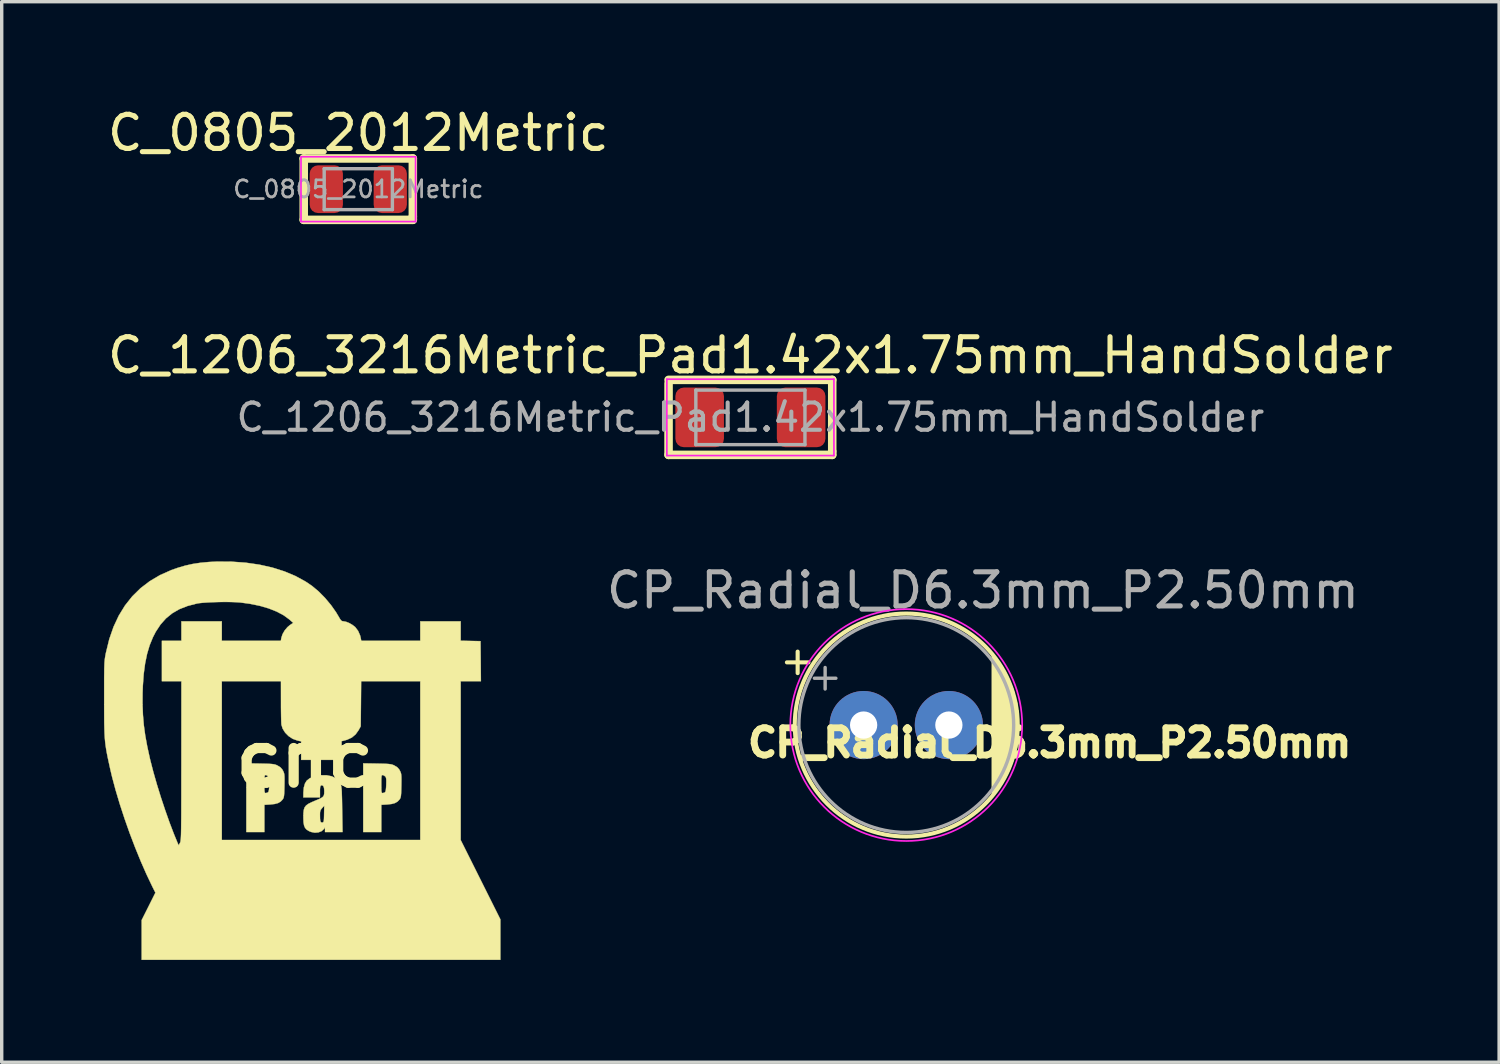
<source format=kicad_pcb>
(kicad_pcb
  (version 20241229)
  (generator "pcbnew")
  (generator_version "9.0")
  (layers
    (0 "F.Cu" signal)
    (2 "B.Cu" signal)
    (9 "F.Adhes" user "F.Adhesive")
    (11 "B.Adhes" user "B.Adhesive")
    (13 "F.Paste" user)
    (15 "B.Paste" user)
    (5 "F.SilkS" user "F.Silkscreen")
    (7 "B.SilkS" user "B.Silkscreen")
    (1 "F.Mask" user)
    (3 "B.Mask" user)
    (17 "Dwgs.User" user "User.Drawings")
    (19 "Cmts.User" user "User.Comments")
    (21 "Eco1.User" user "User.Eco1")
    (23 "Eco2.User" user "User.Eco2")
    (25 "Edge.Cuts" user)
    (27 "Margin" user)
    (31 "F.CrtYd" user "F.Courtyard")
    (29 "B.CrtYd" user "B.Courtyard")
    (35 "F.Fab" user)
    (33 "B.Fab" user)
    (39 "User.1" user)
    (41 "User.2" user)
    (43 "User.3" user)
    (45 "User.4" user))
  (footprint "C_1206_3216Metric_Pad1.42x1.75mm_HandSolder"
    (layer "F.Cu")
    (at 18.958 9.191)
    (property "Reference" "C_1206_3216Metric_Pad1.42x1.75mm_HandSolder" (at 0 -1.82 0) (layer "F.SilkS") (effects (font (size 1 1) (thickness 0.15))))
    (attr smd)
    (fp_line (start -2.4 -1.1) (end 2.4 -1.1) (stroke (width 0.25) (type solid)) (layer "F.SilkS"))
    (fp_line (start -2.4 1.1) (end -2.4 -1) (stroke (width 0.25) (type solid)) (layer "F.SilkS"))
    (fp_line (start 2.4 -1.1) (end 2.4 1) (stroke (width 0.25) (type solid)) (layer "F.SilkS"))
    (fp_line (start 2.4 1) (end 2.4 1.1) (stroke (width 0.25) (type solid)) (layer "F.SilkS"))
    (fp_line (start 2.4 1.1) (end -2.4 1.1) (stroke (width 0.25) (type solid)) (layer "F.SilkS"))
    (fp_line (start -2.45 -1.12) (end 2.45 -1.12) (stroke (width 0.05) (type solid)) (layer "F.CrtYd"))
    (fp_line (start -2.45 1.12) (end -2.45 -1.12) (stroke (width 0.05) (type solid)) (layer "F.CrtYd"))
    (fp_line (start 2.45 -1.12) (end 2.45 1.12) (stroke (width 0.05) (type solid)) (layer "F.CrtYd"))
    (fp_line (start 2.45 1.12) (end -2.45 1.12) (stroke (width 0.05) (type solid)) (layer "F.CrtYd"))
    (fp_line (start -1.6 -0.8) (end 1.6 -0.8) (stroke (width 0.1) (type solid)) (layer "F.Fab"))
    (fp_line (start -1.6 0.8) (end -1.6 -0.8) (stroke (width 0.1) (type solid)) (layer "F.Fab"))
    (fp_line (start 1.6 -0.8) (end 1.6 0.8) (stroke (width 0.1) (type solid)) (layer "F.Fab"))
    (fp_line (start 1.6 0.8) (end -1.6 0.8) (stroke (width 0.1) (type solid)) (layer "F.Fab"))
    (fp_text user "${REFERENCE}" (at 0 0 0) (layer "F.Fab") (effects (font (size 0.8 0.8) (thickness 0.12))))
    (pad "1" smd roundrect (at -1.488 0) (size 1.425 1.75) (layers "F.Cu" "F.Mask" "F.Paste") (roundrect_rratio 0.175))
    (pad "2" smd roundrect (at 1.488 0) (size 1.425 1.75) (layers "F.Cu" "F.Mask" "F.Paste") (roundrect_rratio 0.175)))
  (footprint "CP_Radial_D6.3mm_P2.50mm"
    (layer "F.Cu")
    (at 22.279 18.215)
    (property "Reference" "CP_Radial_D6.3mm_P2.50mm" (at 5.456 0.52 0) (layer "F.SilkS") (effects (font (size 0.8 0.8) (thickness 0.2))))
    (attr through_hole)
    (fp_line (start -2.25 -1.839) (end -1.62 -1.839) (stroke (width 0.12) (type solid)) (layer "F.SilkS"))
    (fp_line (start -1.935 -2.154) (end -1.935 -1.524) (stroke (width 0.12) (type solid)) (layer "F.SilkS"))
    (fp_line (start 3.811 -1.995) (end 3.811 1.995) (stroke (width 0.12) (type solid)) (layer "F.SilkS"))
    (fp_line (start 3.851 -1.944) (end 3.851 1.944) (stroke (width 0.12) (type solid)) (layer "F.SilkS"))
    (fp_line (start 3.891 -1.89) (end 3.891 1.89) (stroke (width 0.12) (type solid)) (layer "F.SilkS"))
    (fp_line (start 3.931 -1.834) (end 3.931 1.834) (stroke (width 0.12) (type solid)) (layer "F.SilkS"))
    (fp_line (start 3.971 -1.776) (end 3.971 1.776) (stroke (width 0.12) (type solid)) (layer "F.SilkS"))
    (fp_line (start 4.011 -1.714) (end 4.011 1.714) (stroke (width 0.12) (type solid)) (layer "F.SilkS"))
    (fp_line (start 4.051 -1.65) (end 4.051 1.65) (stroke (width 0.12) (type solid)) (layer "F.SilkS"))
    (fp_line (start 4.091 -1.581) (end 4.091 1.581) (stroke (width 0.12) (type solid)) (layer "F.SilkS"))
    (fp_line (start 4.131 -1.509) (end 4.131 1.509) (stroke (width 0.12) (type solid)) (layer "F.SilkS"))
    (fp_line (start 4.171 -1.432) (end 4.171 1.432) (stroke (width 0.12) (type solid)) (layer "F.SilkS"))
    (fp_line (start 4.211 -1.35) (end 4.211 1.35) (stroke (width 0.12) (type solid)) (layer "F.SilkS"))
    (fp_line (start 4.251 -1.262) (end 4.251 1.262) (stroke (width 0.12) (type solid)) (layer "F.SilkS"))
    (fp_line (start 4.291 -1.165) (end 4.291 1.165) (stroke (width 0.12) (type solid)) (layer "F.SilkS"))
    (fp_line (start 4.331 -1.059) (end 4.331 1.059) (stroke (width 0.12) (type solid)) (layer "F.SilkS"))
    (fp_line (start 4.371 -0.94) (end 4.371 0.94) (stroke (width 0.12) (type solid)) (layer "F.SilkS"))
    (fp_line (start 4.411 -0.802) (end 4.411 0.802) (stroke (width 0.12) (type solid)) (layer "F.SilkS"))
    (fp_line (start 4.451 -0.633) (end 4.451 0.633) (stroke (width 0.12) (type solid)) (layer "F.SilkS"))
    (fp_line (start 4.491 -0.402) (end 4.491 0.402) (stroke (width 0.12) (type solid)) (layer "F.SilkS"))
    (fp_circle (center 1.25 0) (end 4.52 0) (stroke (width 0.12) (type solid)) (fill no) (layer "F.SilkS"))
    (fp_circle (center 1.25 0) (end 4.65 0) (stroke (width 0.05) (type solid)) (fill no) (layer "F.CrtYd"))
    (fp_line (start -1.444 -1.373) (end -0.814 -1.373) (stroke (width 0.1) (type solid)) (layer "F.Fab"))
    (fp_line (start -1.129 -1.688) (end -1.129 -1.058) (stroke (width 0.1) (type solid)) (layer "F.Fab"))
    (fp_circle (center 1.25 0) (end 4.4 0) (stroke (width 0.1) (type solid)) (fill no) (layer "F.Fab"))
    (fp_text user "${REFERENCE}" (at 3.5 -3.95 0) (layer "F.Fab") (effects (font (size 1 1) (thickness 0.15))))
    (pad "1" thru_hole circle (at 0 0) (size 2 2) (drill 0.8) (layers "*.Cu" "*.Mask"))
    (pad "2" thru_hole circle (at 2.5 0) (size 2 2) (drill 0.8) (layers "*.Cu" "*.Mask")))
  (footprint "C_0805_2012Metric"
    (layer "F.Cu")
    (at 7.458 2.498)
    (property "Reference" "C_0805_2012Metric" (at 0 -1.65 0) (layer "F.SilkS") (effects (font (size 1 1) (thickness 0.15))))
    (attr smd)
    (fp_line (start -1.6 -0.9) (end 1.6 -0.9) (stroke (width 0.25) (type solid)) (layer "F.SilkS"))
    (fp_line (start -1.6 0.9) (end -1.6 -0.9) (stroke (width 0.25) (type solid)) (layer "F.SilkS"))
    (fp_line (start 1.6 -0.9) (end 1.6 0.8) (stroke (width 0.25) (type solid)) (layer "F.SilkS"))
    (fp_line (start 1.6 0.8) (end 1.6 0.9) (stroke (width 0.25) (type solid)) (layer "F.SilkS"))
    (fp_line (start 1.6 0.9) (end -1.6 0.9) (stroke (width 0.25) (type solid)) (layer "F.SilkS"))
    (fp_line (start -1.68 -0.95) (end 1.68 -0.95) (stroke (width 0.05) (type solid)) (layer "F.CrtYd"))
    (fp_line (start -1.68 0.95) (end -1.68 -0.95) (stroke (width 0.05) (type solid)) (layer "F.CrtYd"))
    (fp_line (start 1.68 -0.95) (end 1.68 0.95) (stroke (width 0.05) (type solid)) (layer "F.CrtYd"))
    (fp_line (start 1.68 0.95) (end -1.68 0.95) (stroke (width 0.05) (type solid)) (layer "F.CrtYd"))
    (fp_line (start -1 -0.6) (end 1 -0.6) (stroke (width 0.1) (type solid)) (layer "F.Fab"))
    (fp_line (start -1 0.6) (end -1 -0.6) (stroke (width 0.1) (type solid)) (layer "F.Fab"))
    (fp_line (start 1 -0.6) (end 1 0.6) (stroke (width 0.1) (type solid)) (layer "F.Fab"))
    (fp_line (start 1 0.6) (end -1 0.6) (stroke (width 0.1) (type solid)) (layer "F.Fab"))
    (fp_text user "${REFERENCE}" (at 0 0 0) (layer "F.Fab") (effects (font (size 0.5 0.5) (thickness 0.08))))
    (pad "1" smd roundrect (at -0.938 0) (size 0.975 1.4) (layers "F.Cu" "F.Mask" "F.Paste") (roundrect_rratio 0.25))
    (pad "2" smd roundrect (at 0.938 0) (size 0.975 1.4) (layers "F.Cu" "F.Mask" "F.Paste") (roundrect_rratio 0.25)))
  (footprint "cnc"
    (layer "F.Cu")
    (at 5.889 19.215)
    (property "Reference" "cnc" (at 0 0 0) (layer "F.SilkS") (effects (font (size 1.524 1.524) (thickness 0.3))))
    (attr through_hole)
    (fp_poly (pts (xy -1.307 0.13) (xy -1.165 0.133) (xy -1.057 0.136) (xy -0.978 0.141) (xy -0.92 0.148) (xy -0.875 0.157) (xy -0.837 0.17) (xy -0.798 0.188) (xy -0.794 0.191) (xy -0.716 0.239) (xy -0.663 0.298) (xy -0.639 0.339) (xy -0.621 0.377) (xy -0.608 0.414) (xy -0.6 0.458) (xy -0.596 0.517) (xy -0.595 0.598) (xy -0.596 0.71) (xy -0.597 0.776) (xy -0.6 0.906) (xy -0.603 1.001) (xy -0.609 1.068) (xy -0.617 1.114) (xy -0.628 1.147) (xy -0.644 1.173) (xy -0.648 1.179) (xy -0.708 1.243) (xy -0.783 1.287) (xy -0.88 1.314) (xy -1.006 1.328) (xy -1.185 1.339) (xy -1.185 2.138) (xy -1.714 2.138) (xy -1.714 0.73) (xy -1.185 0.73) (xy -1.185 0.841) (xy -1.183 0.915) (xy -1.178 0.961) (xy -1.169 0.985) (xy -1.156 0.994) (xy -1.148 0.995) (xy -1.097 0.983) (xy -1.079 0.974) (xy -1.063 0.952) (xy -1.052 0.904) (xy -1.044 0.825) (xy -1.04 0.751) (xy -1.038 0.652) (xy -1.04 0.586) (xy -1.048 0.543) (xy -1.063 0.515) (xy -1.07 0.507) (xy -1.113 0.475) (xy -1.146 0.466) (xy -1.163 0.469) (xy -1.174 0.483) (xy -1.18 0.515) (xy -1.184 0.571) (xy -1.185 0.659) (xy -1.185 0.73) (xy -1.714 0.73) (xy -1.714 0.123) (xy -1.307 0.13)) (stroke (width 0.01) (type solid)) (fill yes) (layer "F.SilkS"))
    (fp_poly (pts (xy 2.122 0.13) (xy 2.264 0.133) (xy 2.372 0.136) (xy 2.451 0.141) (xy 2.509 0.148) (xy 2.554 0.157) (xy 2.592 0.17) (xy 2.631 0.188) (xy 2.635 0.191) (xy 2.713 0.239) (xy 2.766 0.298) (xy 2.79 0.339) (xy 2.808 0.377) (xy 2.821 0.414) (xy 2.829 0.458) (xy 2.833 0.517) (xy 2.834 0.598) (xy 2.833 0.71) (xy 2.832 0.776) (xy 2.829 0.906) (xy 2.826 1.001) (xy 2.82 1.068) (xy 2.812 1.114) (xy 2.801 1.147) (xy 2.785 1.173) (xy 2.781 1.179) (xy 2.721 1.243) (xy 2.646 1.287) (xy 2.549 1.314) (xy 2.423 1.328) (xy 2.244 1.339) (xy 2.244 2.138) (xy 1.714 2.138) (xy 1.714 0.73) (xy 2.244 0.73) (xy 2.244 0.841) (xy 2.246 0.915) (xy 2.251 0.961) (xy 2.26 0.985) (xy 2.273 0.994) (xy 2.281 0.995) (xy 2.332 0.983) (xy 2.349 0.974) (xy 2.366 0.952) (xy 2.377 0.904) (xy 2.385 0.825) (xy 2.389 0.751) (xy 2.391 0.652) (xy 2.389 0.586) (xy 2.381 0.543) (xy 2.366 0.515) (xy 2.359 0.507) (xy 2.316 0.475) (xy 2.283 0.466) (xy 2.266 0.469) (xy 2.255 0.483) (xy 2.249 0.515) (xy 2.245 0.571) (xy 2.244 0.659) (xy 2.244 0.73) (xy 1.714 0.73) (xy 1.714 0.123) (xy 2.122 0.13)) (stroke (width 0.01) (type solid)) (fill yes) (layer "F.SilkS"))
    (fp_poly (pts (xy 0.644 0.473) (xy 0.792 0.503) (xy 0.912 0.56) (xy 1.001 0.645) (xy 1.042 0.716) (xy 1.055 0.746) (xy 1.065 0.779) (xy 1.072 0.82) (xy 1.079 0.874) (xy 1.084 0.946) (xy 1.087 1.041) (xy 1.091 1.163) (xy 1.094 1.319) (xy 1.096 1.476) (xy 1.107 2.138) (xy 0.593 2.138) (xy 0.593 2.001) (xy 0.558 2.051) (xy 0.491 2.112) (xy 0.4 2.147) (xy 0.294 2.156) (xy 0.185 2.135) (xy 0.126 2.111) (xy 0.057 2.069) (xy 0.009 2.016) (xy -0.021 1.946) (xy -0.037 1.851) (xy -0.042 1.722) (xy -0.042 1.709) (xy -0.041 1.649) (xy 0.445 1.649) (xy 0.445 1.65) (xy 0.447 1.749) (xy 0.455 1.814) (xy 0.472 1.848) (xy 0.498 1.859) (xy 0.516 1.858) (xy 0.535 1.853) (xy 0.548 1.839) (xy 0.557 1.809) (xy 0.562 1.755) (xy 0.565 1.67) (xy 0.566 1.609) (xy 0.571 1.365) (xy 0.508 1.434) (xy 0.474 1.476) (xy 0.455 1.516) (xy 0.446 1.569) (xy 0.445 1.649) (xy -0.041 1.649) (xy -0.04 1.583) (xy -0.029 1.487) (xy -0.005 1.415) (xy 0.039 1.358) (xy 0.107 1.309) (xy 0.206 1.26) (xy 0.311 1.215) (xy 0.416 1.171) (xy 0.489 1.135) (xy 0.534 1.101) (xy 0.559 1.063) (xy 0.569 1.013) (xy 0.571 0.946) (xy 0.572 0.941) (xy 0.564 0.843) (xy 0.541 0.784) (xy 0.503 0.764) (xy 0.477 0.77) (xy 0.46 0.786) (xy 0.45 0.824) (xy 0.445 0.892) (xy 0.445 0.952) (xy 0.445 1.122) (xy -0.042 1.122) (xy -0.041 0.979) (xy -0.029 0.834) (xy 0.005 0.715) (xy 0.056 0.631) (xy 0.141 0.564) (xy 0.256 0.513) (xy 0.393 0.479) (xy 0.468 0.471) (xy 0.644 0.473)) (stroke (width 0.01) (type solid)) (fill yes) (layer "F.SilkS"))
    (fp_poly (pts (xy -2.148 -5.792) (xy -1.73 -5.762) (xy -1.33 -5.704) (xy -0.952 -5.619) (xy -0.597 -5.507) (xy -0.271 -5.37) (xy 0.026 -5.207) (xy 0.212 -5.081) (xy 0.404 -4.92) (xy 0.593 -4.729) (xy 0.768 -4.52) (xy 0.919 -4.305) (xy 0.984 -4.196) (xy 1.028 -4.12) (xy 1.061 -4.074) (xy 1.089 -4.051) (xy 1.12 -4.044) (xy 1.132 -4.043) (xy 1.21 -4.029) (xy 1.303 -3.992) (xy 1.395 -3.939) (xy 1.473 -3.879) (xy 1.48 -3.872) (xy 1.564 -3.761) (xy 1.623 -3.626) (xy 1.641 -3.551) (xy 1.656 -3.471) (xy 3.387 -3.471) (xy 3.387 -4.043) (xy 4.572 -4.043) (xy 4.572 -3.473) (xy 4.863 -3.467) (xy 5.154 -3.461) (xy 5.16 -2.873) (xy 5.165 -2.286) (xy 4.572 -2.286) (xy 4.572 2.371) (xy 5.154 3.535) (xy 5.736 4.699) (xy 5.736 5.884) (xy -4.784 5.884) (xy -4.784 4.72) (xy -4.582 4.318) (xy -4.381 3.916) (xy -4.474 3.731) (xy -4.643 3.376) (xy -4.812 2.991) (xy -4.978 2.584) (xy -5.138 2.164) (xy -5.288 1.738) (xy -5.426 1.316) (xy -5.548 0.907) (xy -5.652 0.519) (xy -5.705 0.295) (xy -5.742 0.125) (xy -5.774 -0.023) (xy -5.801 -0.155) (xy -5.823 -0.277) (xy -5.841 -0.393) (xy -5.855 -0.508) (xy -5.866 -0.629) (xy -5.873 -0.76) (xy -5.878 -0.907) (xy -5.882 -1.075) (xy -5.883 -1.269) (xy -5.884 -1.495) (xy -5.884 -1.612) (xy -4.759 -1.612) (xy -4.747 -1.302) (xy -4.721 -0.998) (xy -4.679 -0.691) (xy -4.62 -0.37) (xy -4.544 -0.023) (xy -4.53 0.035) (xy -4.442 0.376) (xy -4.338 0.74) (xy -4.222 1.114) (xy -4.098 1.487) (xy -3.97 1.85) (xy -3.84 2.191) (xy -3.736 2.444) (xy -3.7 2.528) (xy -3.66 2.455) (xy -3.654 2.442) (xy -3.649 2.426) (xy -3.644 2.404) (xy -3.64 2.375) (xy -3.636 2.335) (xy -3.633 2.282) (xy -3.63 2.214) (xy -3.628 2.129) (xy -3.626 2.024) (xy -3.625 1.896) (xy -3.623 1.744) (xy -3.622 1.564) (xy -3.622 1.355) (xy -3.621 1.115) (xy -3.621 0.839) (xy -3.621 0.527) (xy -3.62 0.176) (xy -3.62 0.048) (xy -3.619 -2.286) (xy -2.434 -2.286) (xy -2.434 2.371) (xy 3.387 2.371) (xy 3.387 -2.286) (xy 1.653 -2.286) (xy 1.647 -1.625) (xy 1.64 -0.963) (xy 1.577 -0.849) (xy 1.49 -0.727) (xy 1.379 -0.634) (xy 1.238 -0.569) (xy 1.138 -0.541) (xy 1.079 -0.528) (xy 1.079 0.021) (xy -0.106 0.021) (xy -0.106 -0.522) (xy -0.222 -0.548) (xy -0.355 -0.597) (xy -0.475 -0.676) (xy -0.576 -0.778) (xy -0.649 -0.895) (xy -0.685 -1.01) (xy -0.688 -1.052) (xy -0.691 -1.13) (xy -0.694 -1.237) (xy -0.696 -1.368) (xy -0.698 -1.516) (xy -0.698 -1.675) (xy -0.698 -1.688) (xy -0.699 -2.286) (xy -2.434 -2.286) (xy -3.619 -2.286) (xy -4.191 -2.286) (xy -4.191 -3.471) (xy -3.619 -3.471) (xy -3.619 -4.043) (xy -2.434 -4.043) (xy -2.434 -3.471) (xy -0.702 -3.471) (xy -0.688 -3.554) (xy -0.654 -3.662) (xy -0.591 -3.773) (xy -0.509 -3.871) (xy -0.439 -3.93) (xy -0.339 -3.997) (xy -0.45 -4.095) (xy -0.617 -4.218) (xy -0.821 -4.327) (xy -1.057 -4.421) (xy -1.322 -4.498) (xy -1.61 -4.557) (xy -1.9 -4.596) (xy -2.023 -4.604) (xy -2.171 -4.609) (xy -2.335 -4.611) (xy -2.507 -4.609) (xy -2.679 -4.604) (xy -2.841 -4.597) (xy -2.985 -4.587) (xy -3.102 -4.575) (xy -3.166 -4.564) (xy -3.439 -4.493) (xy -3.679 -4.399) (xy -3.888 -4.278) (xy -4.071 -4.129) (xy -4.231 -3.949) (xy -4.372 -3.735) (xy -4.455 -3.573) (xy -4.549 -3.344) (xy -4.625 -3.09) (xy -4.683 -2.808) (xy -4.725 -2.494) (xy -4.75 -2.146) (xy -4.757 -1.941) (xy -4.759 -1.612) (xy -5.884 -1.612) (xy -5.884 -1.758) (xy -5.884 -1.761) (xy -5.884 -2.005) (xy -5.884 -2.211) (xy -5.884 -2.384) (xy -5.882 -2.526) (xy -5.881 -2.643) (xy -5.878 -2.739) (xy -5.875 -2.818) (xy -5.87 -2.883) (xy -5.864 -2.941) (xy -5.856 -2.994) (xy -5.847 -3.046) (xy -5.836 -3.103) (xy -5.83 -3.13) (xy -5.734 -3.521) (xy -5.609 -3.881) (xy -5.455 -4.21) (xy -5.272 -4.508) (xy -5.059 -4.776) (xy -4.818 -5.013) (xy -4.546 -5.221) (xy -4.246 -5.398) (xy -3.915 -5.545) (xy -3.737 -5.608) (xy -3.511 -5.675) (xy -3.288 -5.725) (xy -3.058 -5.76) (xy -2.808 -5.783) (xy -2.582 -5.794) (xy -2.148 -5.792)) (stroke (width 0.01) (type solid)) (fill yes) (layer "F.SilkS")))
  (gr_rect
    (start -3 -3)
    (end 40.917 28.104)
    (stroke (width 0.1) (type default))
    (fill no)
    (layer "Edge.Cuts")))
</source>
